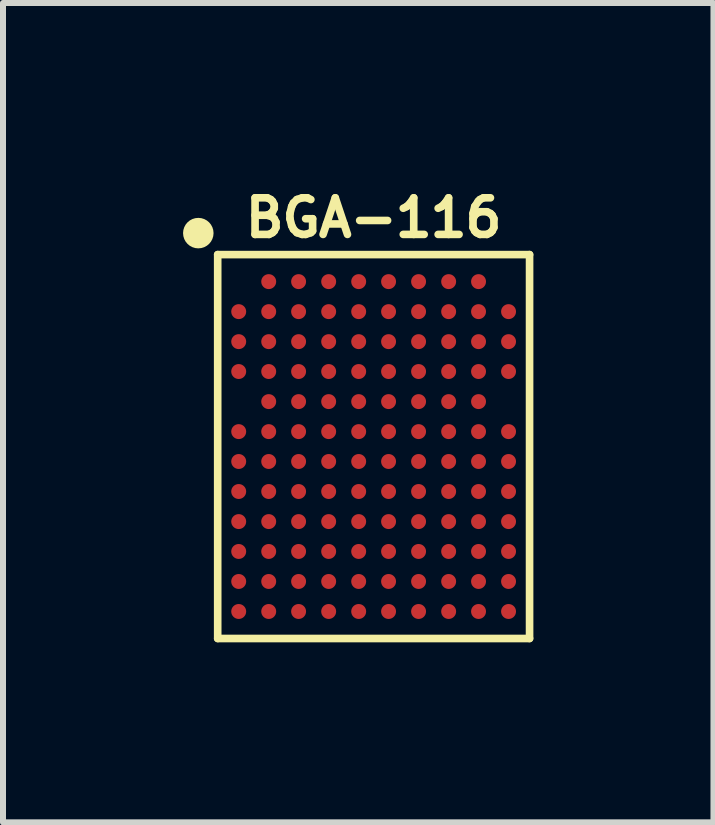
<source format=kicad_pcb>
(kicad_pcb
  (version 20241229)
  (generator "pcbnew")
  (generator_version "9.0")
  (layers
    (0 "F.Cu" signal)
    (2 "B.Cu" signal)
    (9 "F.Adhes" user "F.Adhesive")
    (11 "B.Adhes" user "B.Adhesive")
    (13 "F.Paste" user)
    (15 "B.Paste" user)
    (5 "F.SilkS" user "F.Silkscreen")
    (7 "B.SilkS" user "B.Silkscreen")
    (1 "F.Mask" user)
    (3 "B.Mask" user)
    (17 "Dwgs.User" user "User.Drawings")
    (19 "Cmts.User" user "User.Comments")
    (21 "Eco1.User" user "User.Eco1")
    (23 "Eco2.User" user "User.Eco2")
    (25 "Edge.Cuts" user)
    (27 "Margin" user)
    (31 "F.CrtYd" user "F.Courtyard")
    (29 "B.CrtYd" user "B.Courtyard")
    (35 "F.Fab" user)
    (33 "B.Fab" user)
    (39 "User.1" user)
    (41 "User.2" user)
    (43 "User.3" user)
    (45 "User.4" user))
  (footprint "BGA-116"
    (layer "F.Cu")
    (at 3.175 4.39)
    (property "Reference" "BGA-116" (at 0 -3.81 0) (layer "F.SilkS") (effects (font (size 0.61 0.61) (thickness 0.127))))
    (attr smd)
    (fp_line (start -2.598 -3.198) (end 2.598 -3.198) (stroke (width 0.127) (type solid)) (layer "F.SilkS"))
    (fp_line (start -2.598 3.198) (end -2.598 -3.198) (stroke (width 0.127) (type solid)) (layer "F.SilkS"))
    (fp_line (start 2.598 -3.198) (end 2.598 3.198) (stroke (width 0.127) (type solid)) (layer "F.SilkS"))
    (fp_line (start 2.598 3.198) (end -2.598 3.198) (stroke (width 0.127) (type solid)) (layer "F.SilkS"))
    (fp_circle (center -2.921 -3.556) (end -2.794 -3.556) (stroke (width 0.254) (type solid)) (fill no) (layer "F.SilkS"))
    (pad "A2" smd circle (at -1.748 -2.748) (size 0.249 0.249) (layers "F.Cu" "F.Mask" "F.Paste"))
    (pad "A3" smd circle (at -1.25 -2.748) (size 0.249 0.249) (layers "F.Cu" "F.Mask" "F.Paste"))
    (pad "A4" smd circle (at -0.749 -2.748) (size 0.249 0.249) (layers "F.Cu" "F.Mask" "F.Paste"))
    (pad "A5" smd circle (at -0.249 -2.748) (size 0.249 0.249) (layers "F.Cu" "F.Mask" "F.Paste"))
    (pad "A6" smd circle (at 0.249 -2.748) (size 0.249 0.249) (layers "F.Cu" "F.Mask" "F.Paste"))
    (pad "A7" smd circle (at 0.749 -2.748) (size 0.249 0.249) (layers "F.Cu" "F.Mask" "F.Paste"))
    (pad "A8" smd circle (at 1.25 -2.748) (size 0.249 0.249) (layers "F.Cu" "F.Mask" "F.Paste"))
    (pad "A9" smd circle (at 1.748 -2.748) (size 0.249 0.249) (layers "F.Cu" "F.Mask" "F.Paste"))
    (pad "B1" smd circle (at -2.248 -2.248) (size 0.249 0.249) (layers "F.Cu" "F.Mask" "F.Paste"))
    (pad "B2" smd circle (at -1.748 -2.248) (size 0.249 0.249) (layers "F.Cu" "F.Mask" "F.Paste"))
    (pad "B3" smd circle (at -1.25 -2.248) (size 0.249 0.249) (layers "F.Cu" "F.Mask" "F.Paste"))
    (pad "B4" smd circle (at -0.749 -2.248) (size 0.249 0.249) (layers "F.Cu" "F.Mask" "F.Paste"))
    (pad "B5" smd circle (at -0.249 -2.248) (size 0.249 0.249) (layers "F.Cu" "F.Mask" "F.Paste"))
    (pad "B6" smd circle (at 0.249 -2.248) (size 0.249 0.249) (layers "F.Cu" "F.Mask" "F.Paste"))
    (pad "B7" smd circle (at 0.749 -2.248) (size 0.249 0.249) (layers "F.Cu" "F.Mask" "F.Paste"))
    (pad "B8" smd circle (at 1.25 -2.248) (size 0.249 0.249) (layers "F.Cu" "F.Mask" "F.Paste"))
    (pad "B9" smd circle (at 1.748 -2.248) (size 0.249 0.249) (layers "F.Cu" "F.Mask" "F.Paste"))
    (pad "B10" smd circle (at 2.248 -2.248) (size 0.249 0.249) (layers "F.Cu" "F.Mask" "F.Paste"))
    (pad "C1" smd circle (at -2.248 -1.748) (size 0.249 0.249) (layers "F.Cu" "F.Mask" "F.Paste"))
    (pad "C2" smd circle (at -1.748 -1.748) (size 0.249 0.249) (layers "F.Cu" "F.Mask" "F.Paste"))
    (pad "C3" smd circle (at -1.25 -1.748) (size 0.249 0.249) (layers "F.Cu" "F.Mask" "F.Paste"))
    (pad "C4" smd circle (at -0.749 -1.748) (size 0.249 0.249) (layers "F.Cu" "F.Mask" "F.Paste"))
    (pad "C5" smd circle (at -0.249 -1.748) (size 0.249 0.249) (layers "F.Cu" "F.Mask" "F.Paste"))
    (pad "C6" smd circle (at 0.249 -1.748) (size 0.249 0.249) (layers "F.Cu" "F.Mask" "F.Paste"))
    (pad "C7" smd circle (at 0.749 -1.748) (size 0.249 0.249) (layers "F.Cu" "F.Mask" "F.Paste"))
    (pad "C8" smd circle (at 1.25 -1.748) (size 0.249 0.249) (layers "F.Cu" "F.Mask" "F.Paste"))
    (pad "C9" smd circle (at 1.748 -1.748) (size 0.249 0.249) (layers "F.Cu" "F.Mask" "F.Paste"))
    (pad "C10" smd circle (at 2.248 -1.748) (size 0.249 0.249) (layers "F.Cu" "F.Mask" "F.Paste"))
    (pad "D1" smd circle (at -2.248 -1.25) (size 0.249 0.249) (layers "F.Cu" "F.Mask" "F.Paste"))
    (pad "D2" smd circle (at -1.748 -1.25) (size 0.249 0.249) (layers "F.Cu" "F.Mask" "F.Paste"))
    (pad "D3" smd circle (at -1.25 -1.25) (size 0.249 0.249) (layers "F.Cu" "F.Mask" "F.Paste"))
    (pad "D4" smd circle (at -0.749 -1.25) (size 0.249 0.249) (layers "F.Cu" "F.Mask" "F.Paste"))
    (pad "D5" smd circle (at -0.249 -1.25) (size 0.249 0.249) (layers "F.Cu" "F.Mask" "F.Paste"))
    (pad "D6" smd circle (at 0.249 -1.25) (size 0.249 0.249) (layers "F.Cu" "F.Mask" "F.Paste"))
    (pad "D7" smd circle (at 0.749 -1.25) (size 0.249 0.249) (layers "F.Cu" "F.Mask" "F.Paste"))
    (pad "D8" smd circle (at 1.25 -1.25) (size 0.249 0.249) (layers "F.Cu" "F.Mask" "F.Paste"))
    (pad "D9" smd circle (at 1.748 -1.25) (size 0.249 0.249) (layers "F.Cu" "F.Mask" "F.Paste"))
    (pad "D10" smd circle (at 2.248 -1.25) (size 0.249 0.249) (layers "F.Cu" "F.Mask" "F.Paste"))
    (pad "E2" smd circle (at -1.748 -0.749) (size 0.249 0.249) (layers "F.Cu" "F.Mask" "F.Paste"))
    (pad "E3" smd circle (at -1.25 -0.749) (size 0.249 0.249) (layers "F.Cu" "F.Mask" "F.Paste"))
    (pad "E4" smd circle (at -0.749 -0.749) (size 0.249 0.249) (layers "F.Cu" "F.Mask" "F.Paste"))
    (pad "E5" smd circle (at -0.249 -0.749) (size 0.249 0.249) (layers "F.Cu" "F.Mask" "F.Paste"))
    (pad "E6" smd circle (at 0.249 -0.749) (size 0.249 0.249) (layers "F.Cu" "F.Mask" "F.Paste"))
    (pad "E7" smd circle (at 0.749 -0.749) (size 0.249 0.249) (layers "F.Cu" "F.Mask" "F.Paste"))
    (pad "E8" smd circle (at 1.25 -0.749) (size 0.249 0.249) (layers "F.Cu" "F.Mask" "F.Paste"))
    (pad "E9" smd circle (at 1.748 -0.749) (size 0.249 0.249) (layers "F.Cu" "F.Mask" "F.Paste"))
    (pad "F1" smd circle (at -2.248 -0.249) (size 0.249 0.249) (layers "F.Cu" "F.Mask" "F.Paste"))
    (pad "F2" smd circle (at -1.748 -0.249) (size 0.249 0.249) (layers "F.Cu" "F.Mask" "F.Paste"))
    (pad "F3" smd circle (at -1.25 -0.249) (size 0.249 0.249) (layers "F.Cu" "F.Mask" "F.Paste"))
    (pad "F4" smd circle (at -0.749 -0.249) (size 0.249 0.249) (layers "F.Cu" "F.Mask" "F.Paste"))
    (pad "F5" smd circle (at -0.249 -0.249) (size 0.249 0.249) (layers "F.Cu" "F.Mask" "F.Paste"))
    (pad "F6" smd circle (at 0.249 -0.249) (size 0.249 0.249) (layers "F.Cu" "F.Mask" "F.Paste"))
    (pad "F7" smd circle (at 0.749 -0.249) (size 0.249 0.249) (layers "F.Cu" "F.Mask" "F.Paste"))
    (pad "F8" smd circle (at 1.25 -0.249) (size 0.249 0.249) (layers "F.Cu" "F.Mask" "F.Paste"))
    (pad "F9" smd circle (at 1.748 -0.249) (size 0.249 0.249) (layers "F.Cu" "F.Mask" "F.Paste"))
    (pad "F10" smd circle (at 2.248 -0.249) (size 0.249 0.249) (layers "F.Cu" "F.Mask" "F.Paste"))
    (pad "G1" smd circle (at -2.248 0.249) (size 0.249 0.249) (layers "F.Cu" "F.Mask" "F.Paste"))
    (pad "G2" smd circle (at -1.748 0.249) (size 0.249 0.249) (layers "F.Cu" "F.Mask" "F.Paste"))
    (pad "G3" smd circle (at -1.25 0.249) (size 0.249 0.249) (layers "F.Cu" "F.Mask" "F.Paste"))
    (pad "G4" smd circle (at -0.749 0.249) (size 0.249 0.249) (layers "F.Cu" "F.Mask" "F.Paste"))
    (pad "G5" smd circle (at -0.249 0.249) (size 0.249 0.249) (layers "F.Cu" "F.Mask" "F.Paste"))
    (pad "G6" smd circle (at 0.249 0.249) (size 0.249 0.249) (layers "F.Cu" "F.Mask" "F.Paste"))
    (pad "G7" smd circle (at 0.749 0.249) (size 0.249 0.249) (layers "F.Cu" "F.Mask" "F.Paste"))
    (pad "G8" smd circle (at 1.25 0.249) (size 0.249 0.249) (layers "F.Cu" "F.Mask" "F.Paste"))
    (pad "G9" smd circle (at 1.748 0.249) (size 0.249 0.249) (layers "F.Cu" "F.Mask" "F.Paste"))
    (pad "G10" smd circle (at 2.248 0.249) (size 0.249 0.249) (layers "F.Cu" "F.Mask" "F.Paste"))
    (pad "H1" smd circle (at -2.248 0.749) (size 0.249 0.249) (layers "F.Cu" "F.Mask" "F.Paste"))
    (pad "H2" smd circle (at -1.748 0.749) (size 0.249 0.249) (layers "F.Cu" "F.Mask" "F.Paste"))
    (pad "H3" smd circle (at -1.25 0.749) (size 0.249 0.249) (layers "F.Cu" "F.Mask" "F.Paste"))
    (pad "H4" smd circle (at -0.749 0.749) (size 0.249 0.249) (layers "F.Cu" "F.Mask" "F.Paste"))
    (pad "H5" smd circle (at -0.249 0.749) (size 0.249 0.249) (layers "F.Cu" "F.Mask" "F.Paste"))
    (pad "H6" smd circle (at 0.249 0.749) (size 0.249 0.249) (layers "F.Cu" "F.Mask" "F.Paste"))
    (pad "H7" smd circle (at 0.749 0.749) (size 0.249 0.249) (layers "F.Cu" "F.Mask" "F.Paste"))
    (pad "H8" smd circle (at 1.25 0.749) (size 0.249 0.249) (layers "F.Cu" "F.Mask" "F.Paste"))
    (pad "H9" smd circle (at 1.748 0.749) (size 0.249 0.249) (layers "F.Cu" "F.Mask" "F.Paste"))
    (pad "H10" smd circle (at 2.248 0.749) (size 0.249 0.249) (layers "F.Cu" "F.Mask" "F.Paste"))
    (pad "J1" smd circle (at -2.248 1.25) (size 0.249 0.249) (layers "F.Cu" "F.Mask" "F.Paste"))
    (pad "J2" smd circle (at -1.748 1.25) (size 0.249 0.249) (layers "F.Cu" "F.Mask" "F.Paste"))
    (pad "J3" smd circle (at -1.25 1.25) (size 0.249 0.249) (layers "F.Cu" "F.Mask" "F.Paste"))
    (pad "J4" smd circle (at -0.749 1.25) (size 0.249 0.249) (layers "F.Cu" "F.Mask" "F.Paste"))
    (pad "J5" smd circle (at -0.249 1.25) (size 0.249 0.249) (layers "F.Cu" "F.Mask" "F.Paste"))
    (pad "J6" smd circle (at 0.249 1.25) (size 0.249 0.249) (layers "F.Cu" "F.Mask" "F.Paste"))
    (pad "J7" smd circle (at 0.749 1.25) (size 0.249 0.249) (layers "F.Cu" "F.Mask" "F.Paste"))
    (pad "J8" smd circle (at 1.25 1.25) (size 0.249 0.249) (layers "F.Cu" "F.Mask" "F.Paste"))
    (pad "J9" smd circle (at 1.748 1.25) (size 0.249 0.249) (layers "F.Cu" "F.Mask" "F.Paste"))
    (pad "J10" smd circle (at 2.248 1.25) (size 0.249 0.249) (layers "F.Cu" "F.Mask" "F.Paste"))
    (pad "K1" smd circle (at -2.248 1.748) (size 0.249 0.249) (layers "F.Cu" "F.Mask" "F.Paste"))
    (pad "K2" smd circle (at -1.748 1.748) (size 0.249 0.249) (layers "F.Cu" "F.Mask" "F.Paste"))
    (pad "K3" smd circle (at -1.25 1.748) (size 0.249 0.249) (layers "F.Cu" "F.Mask" "F.Paste"))
    (pad "K4" smd circle (at -0.749 1.748) (size 0.249 0.249) (layers "F.Cu" "F.Mask" "F.Paste"))
    (pad "K5" smd circle (at -0.249 1.748) (size 0.249 0.249) (layers "F.Cu" "F.Mask" "F.Paste"))
    (pad "K6" smd circle (at 0.249 1.748) (size 0.249 0.249) (layers "F.Cu" "F.Mask" "F.Paste"))
    (pad "K7" smd circle (at 0.749 1.748) (size 0.249 0.249) (layers "F.Cu" "F.Mask" "F.Paste"))
    (pad "K8" smd circle (at 1.25 1.748) (size 0.249 0.249) (layers "F.Cu" "F.Mask" "F.Paste"))
    (pad "K9" smd circle (at 1.748 1.748) (size 0.249 0.249) (layers "F.Cu" "F.Mask" "F.Paste"))
    (pad "K10" smd circle (at 2.248 1.748) (size 0.249 0.249) (layers "F.Cu" "F.Mask" "F.Paste"))
    (pad "L1" smd circle (at -2.248 2.248) (size 0.249 0.249) (layers "F.Cu" "F.Mask" "F.Paste"))
    (pad "L2" smd circle (at -1.748 2.248) (size 0.249 0.249) (layers "F.Cu" "F.Mask" "F.Paste"))
    (pad "L3" smd circle (at -1.25 2.248) (size 0.249 0.249) (layers "F.Cu" "F.Mask" "F.Paste"))
    (pad "L4" smd circle (at -0.749 2.248) (size 0.249 0.249) (layers "F.Cu" "F.Mask" "F.Paste"))
    (pad "L5" smd circle (at -0.249 2.248) (size 0.249 0.249) (layers "F.Cu" "F.Mask" "F.Paste"))
    (pad "L6" smd circle (at 0.249 2.248) (size 0.249 0.249) (layers "F.Cu" "F.Mask" "F.Paste"))
    (pad "L7" smd circle (at 0.749 2.248) (size 0.249 0.249) (layers "F.Cu" "F.Mask" "F.Paste"))
    (pad "L8" smd circle (at 1.25 2.248) (size 0.249 0.249) (layers "F.Cu" "F.Mask" "F.Paste"))
    (pad "L9" smd circle (at 1.748 2.248) (size 0.249 0.249) (layers "F.Cu" "F.Mask" "F.Paste"))
    (pad "L10" smd circle (at 2.248 2.248) (size 0.249 0.249) (layers "F.Cu" "F.Mask" "F.Paste"))
    (pad "M1" smd circle (at -2.248 2.748) (size 0.249 0.249) (layers "F.Cu" "F.Mask" "F.Paste"))
    (pad "M2" smd circle (at -1.748 2.748) (size 0.249 0.249) (layers "F.Cu" "F.Mask" "F.Paste"))
    (pad "M3" smd circle (at -1.25 2.748) (size 0.249 0.249) (layers "F.Cu" "F.Mask" "F.Paste"))
    (pad "M4" smd circle (at -0.749 2.748) (size 0.249 0.249) (layers "F.Cu" "F.Mask" "F.Paste"))
    (pad "M5" smd circle (at -0.249 2.748) (size 0.249 0.249) (layers "F.Cu" "F.Mask" "F.Paste"))
    (pad "M6" smd circle (at 0.249 2.748) (size 0.249 0.249) (layers "F.Cu" "F.Mask" "F.Paste"))
    (pad "M7" smd circle (at 0.749 2.748) (size 0.249 0.249) (layers "F.Cu" "F.Mask" "F.Paste"))
    (pad "M8" smd circle (at 1.25 2.748) (size 0.249 0.249) (layers "F.Cu" "F.Mask" "F.Paste"))
    (pad "M9" smd circle (at 1.748 2.748) (size 0.249 0.249) (layers "F.Cu" "F.Mask" "F.Paste"))
    (pad "M10" smd circle (at 2.248 2.748) (size 0.249 0.249) (layers "F.Cu" "F.Mask" "F.Paste")))
  (gr_rect
    (start -3 -3)
    (end 8.837 10.651)
    (stroke (width 0.1) (type default))
    (fill no)
    (layer "Edge.Cuts")))
</source>
